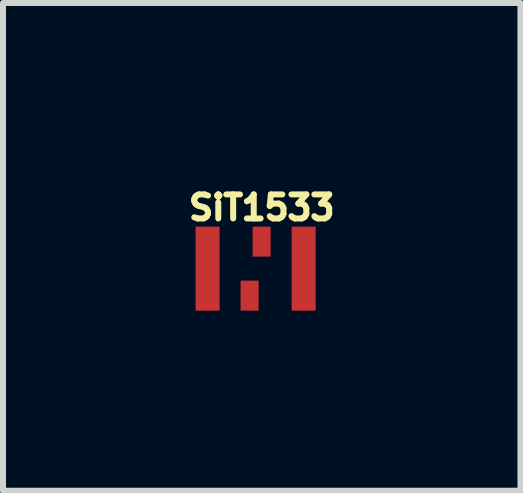
<source format=kicad_pcb>
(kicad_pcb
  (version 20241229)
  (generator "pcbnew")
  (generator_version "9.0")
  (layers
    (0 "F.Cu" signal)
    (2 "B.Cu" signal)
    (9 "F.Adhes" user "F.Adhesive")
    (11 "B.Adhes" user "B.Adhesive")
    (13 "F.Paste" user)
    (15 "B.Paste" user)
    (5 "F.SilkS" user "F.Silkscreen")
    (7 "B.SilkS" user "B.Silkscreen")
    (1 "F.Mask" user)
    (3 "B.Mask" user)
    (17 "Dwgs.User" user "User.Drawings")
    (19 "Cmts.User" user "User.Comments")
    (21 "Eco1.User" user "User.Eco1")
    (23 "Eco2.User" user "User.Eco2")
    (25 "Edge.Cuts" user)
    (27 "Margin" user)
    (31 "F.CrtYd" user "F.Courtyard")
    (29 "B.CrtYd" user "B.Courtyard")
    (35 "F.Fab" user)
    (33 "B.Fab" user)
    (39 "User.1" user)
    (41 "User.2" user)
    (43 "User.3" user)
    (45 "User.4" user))
  (footprint "SiT1533"
    (layer "F.Cu")
    (at 1.208 1.425)
    (property "Reference" "SiT1533" (at 0.102 -1.016 0) (layer "F.SilkS") (effects (font (size 0.4 0.4) (thickness 0.1))))
    (attr through_hole)
    (pad "1" smd rect (at -0.8 0) (size 0.4 1.4) (layers "F.Cu" "F.Mask" "F.Paste"))
    (pad "2" smd rect (at 0.1 -0.45) (size 0.3 0.5) (layers "F.Cu" "F.Mask" "F.Paste"))
    (pad "3" smd rect (at 0.8 0) (size 0.4 1.4) (layers "F.Cu" "F.Mask" "F.Paste"))
    (pad "4" smd rect (at -0.1 0.45) (size 0.3 0.5) (layers "F.Cu" "F.Mask" "F.Paste")))
  (gr_rect
    (start -3 -3)
    (end 5.62 5.125)
    (stroke (width 0.1) (type default))
    (fill no)
    (layer "Edge.Cuts")))
</source>
